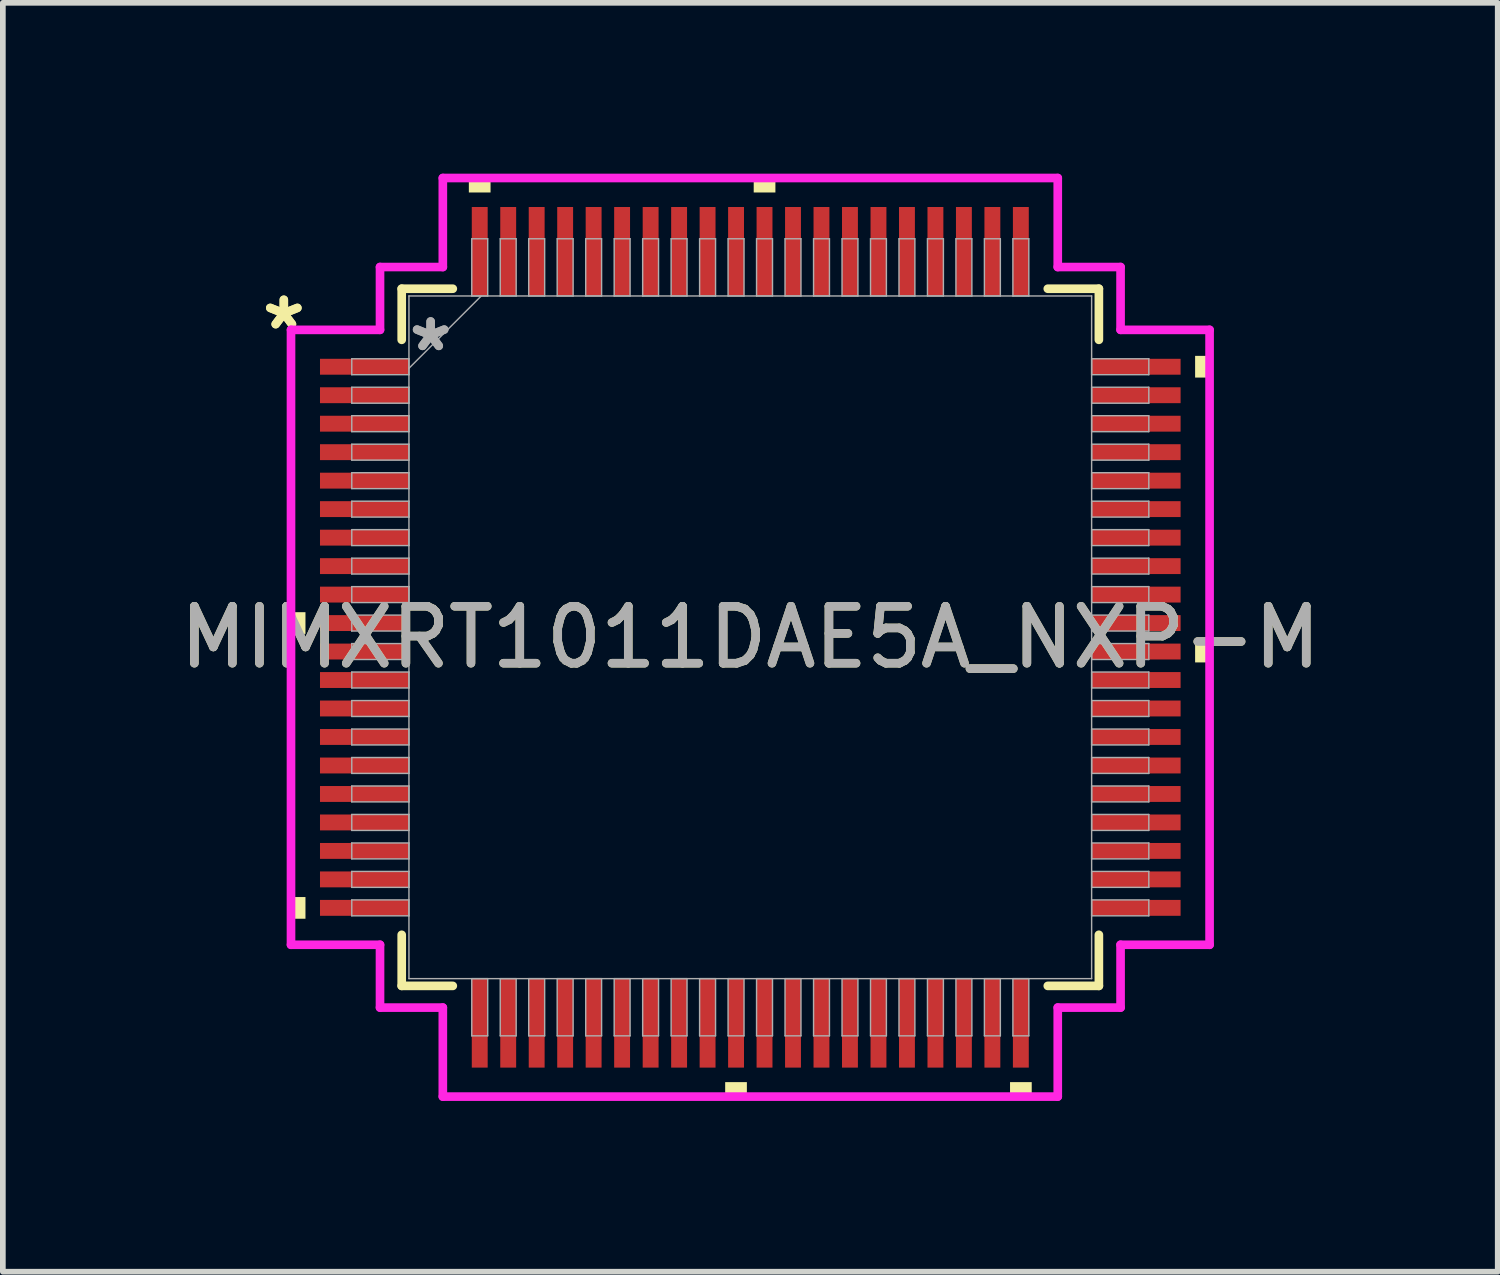
<source format=kicad_pcb>
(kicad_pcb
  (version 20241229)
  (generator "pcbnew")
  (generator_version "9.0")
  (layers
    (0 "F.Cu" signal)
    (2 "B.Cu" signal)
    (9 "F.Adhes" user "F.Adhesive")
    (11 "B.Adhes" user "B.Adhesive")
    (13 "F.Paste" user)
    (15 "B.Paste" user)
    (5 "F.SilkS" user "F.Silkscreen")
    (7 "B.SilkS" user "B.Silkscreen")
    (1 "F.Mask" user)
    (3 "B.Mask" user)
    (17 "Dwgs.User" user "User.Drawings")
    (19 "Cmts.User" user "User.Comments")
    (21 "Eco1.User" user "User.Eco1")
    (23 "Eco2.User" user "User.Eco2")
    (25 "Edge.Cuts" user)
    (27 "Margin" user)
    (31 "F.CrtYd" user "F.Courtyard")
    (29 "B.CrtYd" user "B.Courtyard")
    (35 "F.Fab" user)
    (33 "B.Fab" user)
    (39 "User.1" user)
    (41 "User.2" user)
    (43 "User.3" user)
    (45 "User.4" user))
  (footprint "MIMXRT1011DAE5A_NXP-M"
    (layer "F.Cu")
    (at 10.125 8.141)
    (property "Reference" "MIMXRT1011DAE5A_NXP-M" (at 0 0 0) (unlocked yes) (layer "F.SilkS") (effects (font (size 1 1) (thickness 0.15))))
    (attr smd)
    (fp_line (start -6.121 -6.121) (end -6.121 -5.224) (stroke (width 0.152) (type solid)) (layer "F.SilkS"))
    (fp_line (start -6.121 5.224) (end -6.121 6.121) (stroke (width 0.152) (type solid)) (layer "F.SilkS"))
    (fp_line (start -6.121 6.121) (end -5.224 6.121) (stroke (width 0.152) (type solid)) (layer "F.SilkS"))
    (fp_line (start -5.224 -6.121) (end -6.121 -6.121) (stroke (width 0.152) (type solid)) (layer "F.SilkS"))
    (fp_line (start 5.224 6.121) (end 6.121 6.121) (stroke (width 0.152) (type solid)) (layer "F.SilkS"))
    (fp_line (start 6.121 -6.121) (end 5.224 -6.121) (stroke (width 0.152) (type solid)) (layer "F.SilkS"))
    (fp_line (start 6.121 -5.224) (end 6.121 -6.121) (stroke (width 0.152) (type solid)) (layer "F.SilkS"))
    (fp_line (start 6.121 6.121) (end 6.121 5.224) (stroke (width 0.152) (type solid)) (layer "F.SilkS"))
    (fp_poly (pts (xy -8.065 -0.441) (xy -8.065 -0.06) (xy -7.811 -0.06) (xy -7.811 -0.441)) (stroke (width 0) (type solid)) (fill yes) (layer "F.SilkS"))
    (fp_poly (pts (xy -8.065 4.561) (xy -8.065 4.942) (xy -7.811 4.942) (xy -7.811 4.561)) (stroke (width 0) (type solid)) (fill yes) (layer "F.SilkS"))
    (fp_poly (pts (xy -4.942 -7.811) (xy -4.942 -8.065) (xy -4.561 -8.065) (xy -4.561 -7.811)) (stroke (width 0) (type solid)) (fill yes) (layer "F.SilkS"))
    (fp_poly (pts (xy -0.441 7.811) (xy -0.441 8.065) (xy -0.06 8.065) (xy -0.06 7.811)) (stroke (width 0) (type solid)) (fill yes) (layer "F.SilkS"))
    (fp_poly (pts (xy 0.06 -7.811) (xy 0.06 -8.065) (xy 0.441 -8.065) (xy 0.441 -7.811)) (stroke (width 0) (type solid)) (fill yes) (layer "F.SilkS"))
    (fp_poly (pts (xy 4.561 7.811) (xy 4.561 8.065) (xy 4.942 8.065) (xy 4.942 7.811)) (stroke (width 0) (type solid)) (fill yes) (layer "F.SilkS"))
    (fp_poly (pts (xy 8.065 -4.942) (xy 8.065 -4.561) (xy 7.811 -4.561) (xy 7.811 -4.942)) (stroke (width 0) (type solid)) (fill yes) (layer "F.SilkS"))
    (fp_poly (pts (xy 8.065 0.06) (xy 8.065 0.441) (xy 7.811 0.441) (xy 7.811 0.06)) (stroke (width 0) (type solid)) (fill yes) (layer "F.SilkS"))
    (fp_line (start -8.065 -5.399) (end -6.502 -5.399) (stroke (width 0.152) (type solid)) (layer "F.CrtYd"))
    (fp_line (start -8.065 5.399) (end -8.065 -5.399) (stroke (width 0.152) (type solid)) (layer "F.CrtYd"))
    (fp_line (start -6.502 -6.502) (end -5.399 -6.502) (stroke (width 0.152) (type solid)) (layer "F.CrtYd"))
    (fp_line (start -6.502 -5.399) (end -6.502 -6.502) (stroke (width 0.152) (type solid)) (layer "F.CrtYd"))
    (fp_line (start -6.502 5.399) (end -8.065 5.399) (stroke (width 0.152) (type solid)) (layer "F.CrtYd"))
    (fp_line (start -6.502 6.502) (end -6.502 5.399) (stroke (width 0.152) (type solid)) (layer "F.CrtYd"))
    (fp_line (start -6.502 6.502) (end -5.399 6.502) (stroke (width 0.152) (type solid)) (layer "F.CrtYd"))
    (fp_line (start -5.399 -8.065) (end 5.399 -8.065) (stroke (width 0.152) (type solid)) (layer "F.CrtYd"))
    (fp_line (start -5.399 -6.502) (end -5.399 -8.065) (stroke (width 0.152) (type solid)) (layer "F.CrtYd"))
    (fp_line (start -5.399 6.502) (end -5.399 8.065) (stroke (width 0.152) (type solid)) (layer "F.CrtYd"))
    (fp_line (start -5.399 8.065) (end 5.399 8.065) (stroke (width 0.152) (type solid)) (layer "F.CrtYd"))
    (fp_line (start 5.399 -8.065) (end 5.399 -6.502) (stroke (width 0.152) (type solid)) (layer "F.CrtYd"))
    (fp_line (start 5.399 -6.502) (end 6.502 -6.502) (stroke (width 0.152) (type solid)) (layer "F.CrtYd"))
    (fp_line (start 5.399 6.502) (end 6.502 6.502) (stroke (width 0.152) (type solid)) (layer "F.CrtYd"))
    (fp_line (start 5.399 8.065) (end 5.399 6.502) (stroke (width 0.152) (type solid)) (layer "F.CrtYd"))
    (fp_line (start 6.502 -5.399) (end 6.502 -6.502) (stroke (width 0.152) (type solid)) (layer "F.CrtYd"))
    (fp_line (start 6.502 5.399) (end 8.065 5.399) (stroke (width 0.152) (type solid)) (layer "F.CrtYd"))
    (fp_line (start 6.502 6.502) (end 6.502 5.399) (stroke (width 0.152) (type solid)) (layer "F.CrtYd"))
    (fp_line (start 8.065 -5.399) (end 6.502 -5.399) (stroke (width 0.152) (type solid)) (layer "F.CrtYd"))
    (fp_line (start 8.065 5.399) (end 8.065 -5.399) (stroke (width 0.152) (type solid)) (layer "F.CrtYd"))
    (fp_line (start -6.998 -4.891) (end -6.998 -4.611) (stroke (width 0.025) (type solid)) (layer "F.Fab"))
    (fp_line (start -6.998 -4.611) (end -5.994 -4.611) (stroke (width 0.025) (type solid)) (layer "F.Fab"))
    (fp_line (start -6.998 -4.391) (end -6.998 -4.111) (stroke (width 0.025) (type solid)) (layer "F.Fab"))
    (fp_line (start -6.998 -4.111) (end -5.994 -4.111) (stroke (width 0.025) (type solid)) (layer "F.Fab"))
    (fp_line (start -6.998 -3.891) (end -6.998 -3.611) (stroke (width 0.025) (type solid)) (layer "F.Fab"))
    (fp_line (start -6.998 -3.611) (end -5.994 -3.611) (stroke (width 0.025) (type solid)) (layer "F.Fab"))
    (fp_line (start -6.998 -3.391) (end -6.998 -3.111) (stroke (width 0.025) (type solid)) (layer "F.Fab"))
    (fp_line (start -6.998 -3.111) (end -5.994 -3.111) (stroke (width 0.025) (type solid)) (layer "F.Fab"))
    (fp_line (start -6.998 -2.89) (end -6.998 -2.611) (stroke (width 0.025) (type solid)) (layer "F.Fab"))
    (fp_line (start -6.998 -2.611) (end -5.994 -2.611) (stroke (width 0.025) (type solid)) (layer "F.Fab"))
    (fp_line (start -6.998 -2.39) (end -6.998 -2.111) (stroke (width 0.025) (type solid)) (layer "F.Fab"))
    (fp_line (start -6.998 -2.111) (end -5.994 -2.111) (stroke (width 0.025) (type solid)) (layer "F.Fab"))
    (fp_line (start -6.998 -1.89) (end -6.998 -1.611) (stroke (width 0.025) (type solid)) (layer "F.Fab"))
    (fp_line (start -6.998 -1.611) (end -5.994 -1.611) (stroke (width 0.025) (type solid)) (layer "F.Fab"))
    (fp_line (start -6.998 -1.39) (end -6.998 -1.111) (stroke (width 0.025) (type solid)) (layer "F.Fab"))
    (fp_line (start -6.998 -1.111) (end -5.994 -1.111) (stroke (width 0.025) (type solid)) (layer "F.Fab"))
    (fp_line (start -6.998 -0.89) (end -6.998 -0.61) (stroke (width 0.025) (type solid)) (layer "F.Fab"))
    (fp_line (start -6.998 -0.61) (end -5.994 -0.61) (stroke (width 0.025) (type solid)) (layer "F.Fab"))
    (fp_line (start -6.998 -0.39) (end -6.998 -0.11) (stroke (width 0.025) (type solid)) (layer "F.Fab"))
    (fp_line (start -6.998 -0.11) (end -5.994 -0.11) (stroke (width 0.025) (type solid)) (layer "F.Fab"))
    (fp_line (start -6.998 0.11) (end -6.998 0.39) (stroke (width 0.025) (type solid)) (layer "F.Fab"))
    (fp_line (start -6.998 0.39) (end -5.994 0.39) (stroke (width 0.025) (type solid)) (layer "F.Fab"))
    (fp_line (start -6.998 0.61) (end -6.998 0.89) (stroke (width 0.025) (type solid)) (layer "F.Fab"))
    (fp_line (start -6.998 0.89) (end -5.994 0.89) (stroke (width 0.025) (type solid)) (layer "F.Fab"))
    (fp_line (start -6.998 1.111) (end -6.998 1.39) (stroke (width 0.025) (type solid)) (layer "F.Fab"))
    (fp_line (start -6.998 1.39) (end -5.994 1.39) (stroke (width 0.025) (type solid)) (layer "F.Fab"))
    (fp_line (start -6.998 1.611) (end -6.998 1.89) (stroke (width 0.025) (type solid)) (layer "F.Fab"))
    (fp_line (start -6.998 1.89) (end -5.994 1.89) (stroke (width 0.025) (type solid)) (layer "F.Fab"))
    (fp_line (start -6.998 2.111) (end -6.998 2.39) (stroke (width 0.025) (type solid)) (layer "F.Fab"))
    (fp_line (start -6.998 2.39) (end -5.994 2.39) (stroke (width 0.025) (type solid)) (layer "F.Fab"))
    (fp_line (start -6.998 2.611) (end -6.998 2.89) (stroke (width 0.025) (type solid)) (layer "F.Fab"))
    (fp_line (start -6.998 2.89) (end -5.994 2.89) (stroke (width 0.025) (type solid)) (layer "F.Fab"))
    (fp_line (start -6.998 3.111) (end -6.998 3.391) (stroke (width 0.025) (type solid)) (layer "F.Fab"))
    (fp_line (start -6.998 3.391) (end -5.994 3.391) (stroke (width 0.025) (type solid)) (layer "F.Fab"))
    (fp_line (start -6.998 3.611) (end -6.998 3.891) (stroke (width 0.025) (type solid)) (layer "F.Fab"))
    (fp_line (start -6.998 3.891) (end -5.994 3.891) (stroke (width 0.025) (type solid)) (layer "F.Fab"))
    (fp_line (start -6.998 4.111) (end -6.998 4.391) (stroke (width 0.025) (type solid)) (layer "F.Fab"))
    (fp_line (start -6.998 4.391) (end -5.994 4.391) (stroke (width 0.025) (type solid)) (layer "F.Fab"))
    (fp_line (start -6.998 4.611) (end -6.998 4.891) (stroke (width 0.025) (type solid)) (layer "F.Fab"))
    (fp_line (start -6.998 4.891) (end -5.994 4.891) (stroke (width 0.025) (type solid)) (layer "F.Fab"))
    (fp_line (start -5.994 -5.994) (end -5.994 5.994) (stroke (width 0.025) (type solid)) (layer "F.Fab"))
    (fp_line (start -5.994 -4.891) (end -6.998 -4.891) (stroke (width 0.025) (type solid)) (layer "F.Fab"))
    (fp_line (start -5.994 -4.724) (end -4.724 -5.994) (stroke (width 0.025) (type solid)) (layer "F.Fab"))
    (fp_line (start -5.994 -4.611) (end -5.994 -4.891) (stroke (width 0.025) (type solid)) (layer "F.Fab"))
    (fp_line (start -5.994 -4.391) (end -6.998 -4.391) (stroke (width 0.025) (type solid)) (layer "F.Fab"))
    (fp_line (start -5.994 -4.111) (end -5.994 -4.391) (stroke (width 0.025) (type solid)) (layer "F.Fab"))
    (fp_line (start -5.994 -3.891) (end -6.998 -3.891) (stroke (width 0.025) (type solid)) (layer "F.Fab"))
    (fp_line (start -5.994 -3.611) (end -5.994 -3.891) (stroke (width 0.025) (type solid)) (layer "F.Fab"))
    (fp_line (start -5.994 -3.391) (end -6.998 -3.391) (stroke (width 0.025) (type solid)) (layer "F.Fab"))
    (fp_line (start -5.994 -3.111) (end -5.994 -3.391) (stroke (width 0.025) (type solid)) (layer "F.Fab"))
    (fp_line (start -5.994 -2.89) (end -6.998 -2.89) (stroke (width 0.025) (type solid)) (layer "F.Fab"))
    (fp_line (start -5.994 -2.611) (end -5.994 -2.89) (stroke (width 0.025) (type solid)) (layer "F.Fab"))
    (fp_line (start -5.994 -2.39) (end -6.998 -2.39) (stroke (width 0.025) (type solid)) (layer "F.Fab"))
    (fp_line (start -5.994 -2.111) (end -5.994 -2.39) (stroke (width 0.025) (type solid)) (layer "F.Fab"))
    (fp_line (start -5.994 -1.89) (end -6.998 -1.89) (stroke (width 0.025) (type solid)) (layer "F.Fab"))
    (fp_line (start -5.994 -1.611) (end -5.994 -1.89) (stroke (width 0.025) (type solid)) (layer "F.Fab"))
    (fp_line (start -5.994 -1.39) (end -6.998 -1.39) (stroke (width 0.025) (type solid)) (layer "F.Fab"))
    (fp_line (start -5.994 -1.111) (end -5.994 -1.39) (stroke (width 0.025) (type solid)) (layer "F.Fab"))
    (fp_line (start -5.994 -0.89) (end -6.998 -0.89) (stroke (width 0.025) (type solid)) (layer "F.Fab"))
    (fp_line (start -5.994 -0.61) (end -5.994 -0.89) (stroke (width 0.025) (type solid)) (layer "F.Fab"))
    (fp_line (start -5.994 -0.39) (end -6.998 -0.39) (stroke (width 0.025) (type solid)) (layer "F.Fab"))
    (fp_line (start -5.994 -0.11) (end -5.994 -0.39) (stroke (width 0.025) (type solid)) (layer "F.Fab"))
    (fp_line (start -5.994 0.11) (end -6.998 0.11) (stroke (width 0.025) (type solid)) (layer "F.Fab"))
    (fp_line (start -5.994 0.39) (end -5.994 0.11) (stroke (width 0.025) (type solid)) (layer "F.Fab"))
    (fp_line (start -5.994 0.61) (end -6.998 0.61) (stroke (width 0.025) (type solid)) (layer "F.Fab"))
    (fp_line (start -5.994 0.89) (end -5.994 0.61) (stroke (width 0.025) (type solid)) (layer "F.Fab"))
    (fp_line (start -5.994 1.111) (end -6.998 1.111) (stroke (width 0.025) (type solid)) (layer "F.Fab"))
    (fp_line (start -5.994 1.39) (end -5.994 1.111) (stroke (width 0.025) (type solid)) (layer "F.Fab"))
    (fp_line (start -5.994 1.611) (end -6.998 1.611) (stroke (width 0.025) (type solid)) (layer "F.Fab"))
    (fp_line (start -5.994 1.89) (end -5.994 1.611) (stroke (width 0.025) (type solid)) (layer "F.Fab"))
    (fp_line (start -5.994 2.111) (end -6.998 2.111) (stroke (width 0.025) (type solid)) (layer "F.Fab"))
    (fp_line (start -5.994 2.39) (end -5.994 2.111) (stroke (width 0.025) (type solid)) (layer "F.Fab"))
    (fp_line (start -5.994 2.611) (end -6.998 2.611) (stroke (width 0.025) (type solid)) (layer "F.Fab"))
    (fp_line (start -5.994 2.89) (end -5.994 2.611) (stroke (width 0.025) (type solid)) (layer "F.Fab"))
    (fp_line (start -5.994 3.111) (end -6.998 3.111) (stroke (width 0.025) (type solid)) (layer "F.Fab"))
    (fp_line (start -5.994 3.391) (end -5.994 3.111) (stroke (width 0.025) (type solid)) (layer "F.Fab"))
    (fp_line (start -5.994 3.611) (end -6.998 3.611) (stroke (width 0.025) (type solid)) (layer "F.Fab"))
    (fp_line (start -5.994 3.891) (end -5.994 3.611) (stroke (width 0.025) (type solid)) (layer "F.Fab"))
    (fp_line (start -5.994 4.111) (end -6.998 4.111) (stroke (width 0.025) (type solid)) (layer "F.Fab"))
    (fp_line (start -5.994 4.391) (end -5.994 4.111) (stroke (width 0.025) (type solid)) (layer "F.Fab"))
    (fp_line (start -5.994 4.611) (end -6.998 4.611) (stroke (width 0.025) (type solid)) (layer "F.Fab"))
    (fp_line (start -5.994 4.891) (end -5.994 4.611) (stroke (width 0.025) (type solid)) (layer "F.Fab"))
    (fp_line (start -5.994 5.994) (end 5.994 5.994) (stroke (width 0.025) (type solid)) (layer "F.Fab"))
    (fp_line (start -4.891 -6.998) (end -4.891 -5.994) (stroke (width 0.025) (type solid)) (layer "F.Fab"))
    (fp_line (start -4.891 -5.994) (end -4.611 -5.994) (stroke (width 0.025) (type solid)) (layer "F.Fab"))
    (fp_line (start -4.891 5.994) (end -4.891 6.998) (stroke (width 0.025) (type solid)) (layer "F.Fab"))
    (fp_line (start -4.891 6.998) (end -4.611 6.998) (stroke (width 0.025) (type solid)) (layer "F.Fab"))
    (fp_line (start -4.611 -6.998) (end -4.891 -6.998) (stroke (width 0.025) (type solid)) (layer "F.Fab"))
    (fp_line (start -4.611 -5.994) (end -4.611 -6.998) (stroke (width 0.025) (type solid)) (layer "F.Fab"))
    (fp_line (start -4.611 5.994) (end -4.891 5.994) (stroke (width 0.025) (type solid)) (layer "F.Fab"))
    (fp_line (start -4.611 6.998) (end -4.611 5.994) (stroke (width 0.025) (type solid)) (layer "F.Fab"))
    (fp_line (start -4.391 -6.998) (end -4.391 -5.994) (stroke (width 0.025) (type solid)) (layer "F.Fab"))
    (fp_line (start -4.391 -5.994) (end -4.111 -5.994) (stroke (width 0.025) (type solid)) (layer "F.Fab"))
    (fp_line (start -4.391 5.994) (end -4.391 6.998) (stroke (width 0.025) (type solid)) (layer "F.Fab"))
    (fp_line (start -4.391 6.998) (end -4.111 6.998) (stroke (width 0.025) (type solid)) (layer "F.Fab"))
    (fp_line (start -4.111 -6.998) (end -4.391 -6.998) (stroke (width 0.025) (type solid)) (layer "F.Fab"))
    (fp_line (start -4.111 -5.994) (end -4.111 -6.998) (stroke (width 0.025) (type solid)) (layer "F.Fab"))
    (fp_line (start -4.111 5.994) (end -4.391 5.994) (stroke (width 0.025) (type solid)) (layer "F.Fab"))
    (fp_line (start -4.111 6.998) (end -4.111 5.994) (stroke (width 0.025) (type solid)) (layer "F.Fab"))
    (fp_line (start -3.891 -6.998) (end -3.891 -5.994) (stroke (width 0.025) (type solid)) (layer "F.Fab"))
    (fp_line (start -3.891 -5.994) (end -3.611 -5.994) (stroke (width 0.025) (type solid)) (layer "F.Fab"))
    (fp_line (start -3.891 5.994) (end -3.891 6.998) (stroke (width 0.025) (type solid)) (layer "F.Fab"))
    (fp_line (start -3.891 6.998) (end -3.611 6.998) (stroke (width 0.025) (type solid)) (layer "F.Fab"))
    (fp_line (start -3.611 -6.998) (end -3.891 -6.998) (stroke (width 0.025) (type solid)) (layer "F.Fab"))
    (fp_line (start -3.611 -5.994) (end -3.611 -6.998) (stroke (width 0.025) (type solid)) (layer "F.Fab"))
    (fp_line (start -3.611 5.994) (end -3.891 5.994) (stroke (width 0.025) (type solid)) (layer "F.Fab"))
    (fp_line (start -3.611 6.998) (end -3.611 5.994) (stroke (width 0.025) (type solid)) (layer "F.Fab"))
    (fp_line (start -3.391 -6.998) (end -3.391 -5.994) (stroke (width 0.025) (type solid)) (layer "F.Fab"))
    (fp_line (start -3.391 -5.994) (end -3.111 -5.994) (stroke (width 0.025) (type solid)) (layer "F.Fab"))
    (fp_line (start -3.391 5.994) (end -3.391 6.998) (stroke (width 0.025) (type solid)) (layer "F.Fab"))
    (fp_line (start -3.391 6.998) (end -3.111 6.998) (stroke (width 0.025) (type solid)) (layer "F.Fab"))
    (fp_line (start -3.111 -6.998) (end -3.391 -6.998) (stroke (width 0.025) (type solid)) (layer "F.Fab"))
    (fp_line (start -3.111 -5.994) (end -3.111 -6.998) (stroke (width 0.025) (type solid)) (layer "F.Fab"))
    (fp_line (start -3.111 5.994) (end -3.391 5.994) (stroke (width 0.025) (type solid)) (layer "F.Fab"))
    (fp_line (start -3.111 6.998) (end -3.111 5.994) (stroke (width 0.025) (type solid)) (layer "F.Fab"))
    (fp_line (start -2.89 -6.998) (end -2.89 -5.994) (stroke (width 0.025) (type solid)) (layer "F.Fab"))
    (fp_line (start -2.89 -5.994) (end -2.611 -5.994) (stroke (width 0.025) (type solid)) (layer "F.Fab"))
    (fp_line (start -2.89 5.994) (end -2.89 6.998) (stroke (width 0.025) (type solid)) (layer "F.Fab"))
    (fp_line (start -2.89 6.998) (end -2.611 6.998) (stroke (width 0.025) (type solid)) (layer "F.Fab"))
    (fp_line (start -2.611 -6.998) (end -2.89 -6.998) (stroke (width 0.025) (type solid)) (layer "F.Fab"))
    (fp_line (start -2.611 -5.994) (end -2.611 -6.998) (stroke (width 0.025) (type solid)) (layer "F.Fab"))
    (fp_line (start -2.611 5.994) (end -2.89 5.994) (stroke (width 0.025) (type solid)) (layer "F.Fab"))
    (fp_line (start -2.611 6.998) (end -2.611 5.994) (stroke (width 0.025) (type solid)) (layer "F.Fab"))
    (fp_line (start -2.39 -6.998) (end -2.39 -5.994) (stroke (width 0.025) (type solid)) (layer "F.Fab"))
    (fp_line (start -2.39 -5.994) (end -2.111 -5.994) (stroke (width 0.025) (type solid)) (layer "F.Fab"))
    (fp_line (start -2.39 5.994) (end -2.39 6.998) (stroke (width 0.025) (type solid)) (layer "F.Fab"))
    (fp_line (start -2.39 6.998) (end -2.111 6.998) (stroke (width 0.025) (type solid)) (layer "F.Fab"))
    (fp_line (start -2.111 -6.998) (end -2.39 -6.998) (stroke (width 0.025) (type solid)) (layer "F.Fab"))
    (fp_line (start -2.111 -5.994) (end -2.111 -6.998) (stroke (width 0.025) (type solid)) (layer "F.Fab"))
    (fp_line (start -2.111 5.994) (end -2.39 5.994) (stroke (width 0.025) (type solid)) (layer "F.Fab"))
    (fp_line (start -2.111 6.998) (end -2.111 5.994) (stroke (width 0.025) (type solid)) (layer "F.Fab"))
    (fp_line (start -1.89 -6.998) (end -1.89 -5.994) (stroke (width 0.025) (type solid)) (layer "F.Fab"))
    (fp_line (start -1.89 -5.994) (end -1.611 -5.994) (stroke (width 0.025) (type solid)) (layer "F.Fab"))
    (fp_line (start -1.89 5.994) (end -1.89 6.998) (stroke (width 0.025) (type solid)) (layer "F.Fab"))
    (fp_line (start -1.89 6.998) (end -1.611 6.998) (stroke (width 0.025) (type solid)) (layer "F.Fab"))
    (fp_line (start -1.611 -6.998) (end -1.89 -6.998) (stroke (width 0.025) (type solid)) (layer "F.Fab"))
    (fp_line (start -1.611 -5.994) (end -1.611 -6.998) (stroke (width 0.025) (type solid)) (layer "F.Fab"))
    (fp_line (start -1.611 5.994) (end -1.89 5.994) (stroke (width 0.025) (type solid)) (layer "F.Fab"))
    (fp_line (start -1.611 6.998) (end -1.611 5.994) (stroke (width 0.025) (type solid)) (layer "F.Fab"))
    (fp_line (start -1.39 -6.998) (end -1.39 -5.994) (stroke (width 0.025) (type solid)) (layer "F.Fab"))
    (fp_line (start -1.39 -5.994) (end -1.111 -5.994) (stroke (width 0.025) (type solid)) (layer "F.Fab"))
    (fp_line (start -1.39 5.994) (end -1.39 6.998) (stroke (width 0.025) (type solid)) (layer "F.Fab"))
    (fp_line (start -1.39 6.998) (end -1.111 6.998) (stroke (width 0.025) (type solid)) (layer "F.Fab"))
    (fp_line (start -1.111 -6.998) (end -1.39 -6.998) (stroke (width 0.025) (type solid)) (layer "F.Fab"))
    (fp_line (start -1.111 -5.994) (end -1.111 -6.998) (stroke (width 0.025) (type solid)) (layer "F.Fab"))
    (fp_line (start -1.111 5.994) (end -1.39 5.994) (stroke (width 0.025) (type solid)) (layer "F.Fab"))
    (fp_line (start -1.111 6.998) (end -1.111 5.994) (stroke (width 0.025) (type solid)) (layer "F.Fab"))
    (fp_line (start -0.89 -6.998) (end -0.89 -5.994) (stroke (width 0.025) (type solid)) (layer "F.Fab"))
    (fp_line (start -0.89 -5.994) (end -0.61 -5.994) (stroke (width 0.025) (type solid)) (layer "F.Fab"))
    (fp_line (start -0.89 5.994) (end -0.89 6.998) (stroke (width 0.025) (type solid)) (layer "F.Fab"))
    (fp_line (start -0.89 6.998) (end -0.61 6.998) (stroke (width 0.025) (type solid)) (layer "F.Fab"))
    (fp_line (start -0.61 -6.998) (end -0.89 -6.998) (stroke (width 0.025) (type solid)) (layer "F.Fab"))
    (fp_line (start -0.61 -5.994) (end -0.61 -6.998) (stroke (width 0.025) (type solid)) (layer "F.Fab"))
    (fp_line (start -0.61 5.994) (end -0.89 5.994) (stroke (width 0.025) (type solid)) (layer "F.Fab"))
    (fp_line (start -0.61 6.998) (end -0.61 5.994) (stroke (width 0.025) (type solid)) (layer "F.Fab"))
    (fp_line (start -0.39 -6.998) (end -0.39 -5.994) (stroke (width 0.025) (type solid)) (layer "F.Fab"))
    (fp_line (start -0.39 -5.994) (end -0.11 -5.994) (stroke (width 0.025) (type solid)) (layer "F.Fab"))
    (fp_line (start -0.39 5.994) (end -0.39 6.998) (stroke (width 0.025) (type solid)) (layer "F.Fab"))
    (fp_line (start -0.39 6.998) (end -0.11 6.998) (stroke (width 0.025) (type solid)) (layer "F.Fab"))
    (fp_line (start -0.11 -6.998) (end -0.39 -6.998) (stroke (width 0.025) (type solid)) (layer "F.Fab"))
    (fp_line (start -0.11 -5.994) (end -0.11 -6.998) (stroke (width 0.025) (type solid)) (layer "F.Fab"))
    (fp_line (start -0.11 5.994) (end -0.39 5.994) (stroke (width 0.025) (type solid)) (layer "F.Fab"))
    (fp_line (start -0.11 6.998) (end -0.11 5.994) (stroke (width 0.025) (type solid)) (layer "F.Fab"))
    (fp_line (start 0.11 -6.998) (end 0.11 -5.994) (stroke (width 0.025) (type solid)) (layer "F.Fab"))
    (fp_line (start 0.11 -5.994) (end 0.39 -5.994) (stroke (width 0.025) (type solid)) (layer "F.Fab"))
    (fp_line (start 0.11 5.994) (end 0.11 6.998) (stroke (width 0.025) (type solid)) (layer "F.Fab"))
    (fp_line (start 0.11 6.998) (end 0.39 6.998) (stroke (width 0.025) (type solid)) (layer "F.Fab"))
    (fp_line (start 0.39 -6.998) (end 0.11 -6.998) (stroke (width 0.025) (type solid)) (layer "F.Fab"))
    (fp_line (start 0.39 -5.994) (end 0.39 -6.998) (stroke (width 0.025) (type solid)) (layer "F.Fab"))
    (fp_line (start 0.39 5.994) (end 0.11 5.994) (stroke (width 0.025) (type solid)) (layer "F.Fab"))
    (fp_line (start 0.39 6.998) (end 0.39 5.994) (stroke (width 0.025) (type solid)) (layer "F.Fab"))
    (fp_line (start 0.61 -6.998) (end 0.61 -5.994) (stroke (width 0.025) (type solid)) (layer "F.Fab"))
    (fp_line (start 0.61 -5.994) (end 0.89 -5.994) (stroke (width 0.025) (type solid)) (layer "F.Fab"))
    (fp_line (start 0.61 5.994) (end 0.61 6.998) (stroke (width 0.025) (type solid)) (layer "F.Fab"))
    (fp_line (start 0.61 6.998) (end 0.89 6.998) (stroke (width 0.025) (type solid)) (layer "F.Fab"))
    (fp_line (start 0.89 -6.998) (end 0.61 -6.998) (stroke (width 0.025) (type solid)) (layer "F.Fab"))
    (fp_line (start 0.89 -5.994) (end 0.89 -6.998) (stroke (width 0.025) (type solid)) (layer "F.Fab"))
    (fp_line (start 0.89 5.994) (end 0.61 5.994) (stroke (width 0.025) (type solid)) (layer "F.Fab"))
    (fp_line (start 0.89 6.998) (end 0.89 5.994) (stroke (width 0.025) (type solid)) (layer "F.Fab"))
    (fp_line (start 1.111 -6.998) (end 1.111 -5.994) (stroke (width 0.025) (type solid)) (layer "F.Fab"))
    (fp_line (start 1.111 -5.994) (end 1.39 -5.994) (stroke (width 0.025) (type solid)) (layer "F.Fab"))
    (fp_line (start 1.111 5.994) (end 1.111 6.998) (stroke (width 0.025) (type solid)) (layer "F.Fab"))
    (fp_line (start 1.111 6.998) (end 1.39 6.998) (stroke (width 0.025) (type solid)) (layer "F.Fab"))
    (fp_line (start 1.39 -6.998) (end 1.111 -6.998) (stroke (width 0.025) (type solid)) (layer "F.Fab"))
    (fp_line (start 1.39 -5.994) (end 1.39 -6.998) (stroke (width 0.025) (type solid)) (layer "F.Fab"))
    (fp_line (start 1.39 5.994) (end 1.111 5.994) (stroke (width 0.025) (type solid)) (layer "F.Fab"))
    (fp_line (start 1.39 6.998) (end 1.39 5.994) (stroke (width 0.025) (type solid)) (layer "F.Fab"))
    (fp_line (start 1.611 -6.998) (end 1.611 -5.994) (stroke (width 0.025) (type solid)) (layer "F.Fab"))
    (fp_line (start 1.611 -5.994) (end 1.89 -5.994) (stroke (width 0.025) (type solid)) (layer "F.Fab"))
    (fp_line (start 1.611 5.994) (end 1.611 6.998) (stroke (width 0.025) (type solid)) (layer "F.Fab"))
    (fp_line (start 1.611 6.998) (end 1.89 6.998) (stroke (width 0.025) (type solid)) (layer "F.Fab"))
    (fp_line (start 1.89 -6.998) (end 1.611 -6.998) (stroke (width 0.025) (type solid)) (layer "F.Fab"))
    (fp_line (start 1.89 -5.994) (end 1.89 -6.998) (stroke (width 0.025) (type solid)) (layer "F.Fab"))
    (fp_line (start 1.89 5.994) (end 1.611 5.994) (stroke (width 0.025) (type solid)) (layer "F.Fab"))
    (fp_line (start 1.89 6.998) (end 1.89 5.994) (stroke (width 0.025) (type solid)) (layer "F.Fab"))
    (fp_line (start 2.111 -6.998) (end 2.111 -5.994) (stroke (width 0.025) (type solid)) (layer "F.Fab"))
    (fp_line (start 2.111 -5.994) (end 2.39 -5.994) (stroke (width 0.025) (type solid)) (layer "F.Fab"))
    (fp_line (start 2.111 5.994) (end 2.111 6.998) (stroke (width 0.025) (type solid)) (layer "F.Fab"))
    (fp_line (start 2.111 6.998) (end 2.39 6.998) (stroke (width 0.025) (type solid)) (layer "F.Fab"))
    (fp_line (start 2.39 -6.998) (end 2.111 -6.998) (stroke (width 0.025) (type solid)) (layer "F.Fab"))
    (fp_line (start 2.39 -5.994) (end 2.39 -6.998) (stroke (width 0.025) (type solid)) (layer "F.Fab"))
    (fp_line (start 2.39 5.994) (end 2.111 5.994) (stroke (width 0.025) (type solid)) (layer "F.Fab"))
    (fp_line (start 2.39 6.998) (end 2.39 5.994) (stroke (width 0.025) (type solid)) (layer "F.Fab"))
    (fp_line (start 2.611 -6.998) (end 2.611 -5.994) (stroke (width 0.025) (type solid)) (layer "F.Fab"))
    (fp_line (start 2.611 -5.994) (end 2.89 -5.994) (stroke (width 0.025) (type solid)) (layer "F.Fab"))
    (fp_line (start 2.611 5.994) (end 2.611 6.998) (stroke (width 0.025) (type solid)) (layer "F.Fab"))
    (fp_line (start 2.611 6.998) (end 2.89 6.998) (stroke (width 0.025) (type solid)) (layer "F.Fab"))
    (fp_line (start 2.89 -6.998) (end 2.611 -6.998) (stroke (width 0.025) (type solid)) (layer "F.Fab"))
    (fp_line (start 2.89 -5.994) (end 2.89 -6.998) (stroke (width 0.025) (type solid)) (layer "F.Fab"))
    (fp_line (start 2.89 5.994) (end 2.611 5.994) (stroke (width 0.025) (type solid)) (layer "F.Fab"))
    (fp_line (start 2.89 6.998) (end 2.89 5.994) (stroke (width 0.025) (type solid)) (layer "F.Fab"))
    (fp_line (start 3.111 -6.998) (end 3.111 -5.994) (stroke (width 0.025) (type solid)) (layer "F.Fab"))
    (fp_line (start 3.111 -5.994) (end 3.391 -5.994) (stroke (width 0.025) (type solid)) (layer "F.Fab"))
    (fp_line (start 3.111 5.994) (end 3.111 6.998) (stroke (width 0.025) (type solid)) (layer "F.Fab"))
    (fp_line (start 3.111 6.998) (end 3.391 6.998) (stroke (width 0.025) (type solid)) (layer "F.Fab"))
    (fp_line (start 3.391 -6.998) (end 3.111 -6.998) (stroke (width 0.025) (type solid)) (layer "F.Fab"))
    (fp_line (start 3.391 -5.994) (end 3.391 -6.998) (stroke (width 0.025) (type solid)) (layer "F.Fab"))
    (fp_line (start 3.391 5.994) (end 3.111 5.994) (stroke (width 0.025) (type solid)) (layer "F.Fab"))
    (fp_line (start 3.391 6.998) (end 3.391 5.994) (stroke (width 0.025) (type solid)) (layer "F.Fab"))
    (fp_line (start 3.611 -6.998) (end 3.611 -5.994) (stroke (width 0.025) (type solid)) (layer "F.Fab"))
    (fp_line (start 3.611 -5.994) (end 3.891 -5.994) (stroke (width 0.025) (type solid)) (layer "F.Fab"))
    (fp_line (start 3.611 5.994) (end 3.611 6.998) (stroke (width 0.025) (type solid)) (layer "F.Fab"))
    (fp_line (start 3.611 6.998) (end 3.891 6.998) (stroke (width 0.025) (type solid)) (layer "F.Fab"))
    (fp_line (start 3.891 -6.998) (end 3.611 -6.998) (stroke (width 0.025) (type solid)) (layer "F.Fab"))
    (fp_line (start 3.891 -5.994) (end 3.891 -6.998) (stroke (width 0.025) (type solid)) (layer "F.Fab"))
    (fp_line (start 3.891 5.994) (end 3.611 5.994) (stroke (width 0.025) (type solid)) (layer "F.Fab"))
    (fp_line (start 3.891 6.998) (end 3.891 5.994) (stroke (width 0.025) (type solid)) (layer "F.Fab"))
    (fp_line (start 4.111 -6.998) (end 4.111 -5.994) (stroke (width 0.025) (type solid)) (layer "F.Fab"))
    (fp_line (start 4.111 -5.994) (end 4.391 -5.994) (stroke (width 0.025) (type solid)) (layer "F.Fab"))
    (fp_line (start 4.111 5.994) (end 4.111 6.998) (stroke (width 0.025) (type solid)) (layer "F.Fab"))
    (fp_line (start 4.111 6.998) (end 4.391 6.998) (stroke (width 0.025) (type solid)) (layer "F.Fab"))
    (fp_line (start 4.391 -6.998) (end 4.111 -6.998) (stroke (width 0.025) (type solid)) (layer "F.Fab"))
    (fp_line (start 4.391 -5.994) (end 4.391 -6.998) (stroke (width 0.025) (type solid)) (layer "F.Fab"))
    (fp_line (start 4.391 5.994) (end 4.111 5.994) (stroke (width 0.025) (type solid)) (layer "F.Fab"))
    (fp_line (start 4.391 6.998) (end 4.391 5.994) (stroke (width 0.025) (type solid)) (layer "F.Fab"))
    (fp_line (start 4.611 -6.998) (end 4.611 -5.994) (stroke (width 0.025) (type solid)) (layer "F.Fab"))
    (fp_line (start 4.611 -5.994) (end 4.891 -5.994) (stroke (width 0.025) (type solid)) (layer "F.Fab"))
    (fp_line (start 4.611 5.994) (end 4.611 6.998) (stroke (width 0.025) (type solid)) (layer "F.Fab"))
    (fp_line (start 4.611 6.998) (end 4.891 6.998) (stroke (width 0.025) (type solid)) (layer "F.Fab"))
    (fp_line (start 4.891 -6.998) (end 4.611 -6.998) (stroke (width 0.025) (type solid)) (layer "F.Fab"))
    (fp_line (start 4.891 -5.994) (end 4.891 -6.998) (stroke (width 0.025) (type solid)) (layer "F.Fab"))
    (fp_line (start 4.891 5.994) (end 4.611 5.994) (stroke (width 0.025) (type solid)) (layer "F.Fab"))
    (fp_line (start 4.891 6.998) (end 4.891 5.994) (stroke (width 0.025) (type solid)) (layer "F.Fab"))
    (fp_line (start 5.994 -5.994) (end -5.994 -5.994) (stroke (width 0.025) (type solid)) (layer "F.Fab"))
    (fp_line (start 5.994 -4.891) (end 5.994 -4.611) (stroke (width 0.025) (type solid)) (layer "F.Fab"))
    (fp_line (start 5.994 -4.611) (end 6.998 -4.611) (stroke (width 0.025) (type solid)) (layer "F.Fab"))
    (fp_line (start 5.994 -4.391) (end 5.994 -4.111) (stroke (width 0.025) (type solid)) (layer "F.Fab"))
    (fp_line (start 5.994 -4.111) (end 6.998 -4.111) (stroke (width 0.025) (type solid)) (layer "F.Fab"))
    (fp_line (start 5.994 -3.891) (end 5.994 -3.611) (stroke (width 0.025) (type solid)) (layer "F.Fab"))
    (fp_line (start 5.994 -3.611) (end 6.998 -3.611) (stroke (width 0.025) (type solid)) (layer "F.Fab"))
    (fp_line (start 5.994 -3.391) (end 5.994 -3.111) (stroke (width 0.025) (type solid)) (layer "F.Fab"))
    (fp_line (start 5.994 -3.111) (end 6.998 -3.111) (stroke (width 0.025) (type solid)) (layer "F.Fab"))
    (fp_line (start 5.994 -2.89) (end 5.994 -2.611) (stroke (width 0.025) (type solid)) (layer "F.Fab"))
    (fp_line (start 5.994 -2.611) (end 6.998 -2.611) (stroke (width 0.025) (type solid)) (layer "F.Fab"))
    (fp_line (start 5.994 -2.39) (end 5.994 -2.111) (stroke (width 0.025) (type solid)) (layer "F.Fab"))
    (fp_line (start 5.994 -2.111) (end 6.998 -2.111) (stroke (width 0.025) (type solid)) (layer "F.Fab"))
    (fp_line (start 5.994 -1.89) (end 5.994 -1.611) (stroke (width 0.025) (type solid)) (layer "F.Fab"))
    (fp_line (start 5.994 -1.611) (end 6.998 -1.611) (stroke (width 0.025) (type solid)) (layer "F.Fab"))
    (fp_line (start 5.994 -1.39) (end 5.994 -1.111) (stroke (width 0.025) (type solid)) (layer "F.Fab"))
    (fp_line (start 5.994 -1.111) (end 6.998 -1.111) (stroke (width 0.025) (type solid)) (layer "F.Fab"))
    (fp_line (start 5.994 -0.89) (end 5.994 -0.61) (stroke (width 0.025) (type solid)) (layer "F.Fab"))
    (fp_line (start 5.994 -0.61) (end 6.998 -0.61) (stroke (width 0.025) (type solid)) (layer "F.Fab"))
    (fp_line (start 5.994 -0.39) (end 5.994 -0.11) (stroke (width 0.025) (type solid)) (layer "F.Fab"))
    (fp_line (start 5.994 -0.11) (end 6.998 -0.11) (stroke (width 0.025) (type solid)) (layer "F.Fab"))
    (fp_line (start 5.994 0.11) (end 5.994 0.39) (stroke (width 0.025) (type solid)) (layer "F.Fab"))
    (fp_line (start 5.994 0.39) (end 6.998 0.39) (stroke (width 0.025) (type solid)) (layer "F.Fab"))
    (fp_line (start 5.994 0.61) (end 5.994 0.89) (stroke (width 0.025) (type solid)) (layer "F.Fab"))
    (fp_line (start 5.994 0.89) (end 6.998 0.89) (stroke (width 0.025) (type solid)) (layer "F.Fab"))
    (fp_line (start 5.994 1.111) (end 5.994 1.39) (stroke (width 0.025) (type solid)) (layer "F.Fab"))
    (fp_line (start 5.994 1.39) (end 6.998 1.39) (stroke (width 0.025) (type solid)) (layer "F.Fab"))
    (fp_line (start 5.994 1.611) (end 5.994 1.89) (stroke (width 0.025) (type solid)) (layer "F.Fab"))
    (fp_line (start 5.994 1.89) (end 6.998 1.89) (stroke (width 0.025) (type solid)) (layer "F.Fab"))
    (fp_line (start 5.994 2.111) (end 5.994 2.39) (stroke (width 0.025) (type solid)) (layer "F.Fab"))
    (fp_line (start 5.994 2.39) (end 6.998 2.39) (stroke (width 0.025) (type solid)) (layer "F.Fab"))
    (fp_line (start 5.994 2.611) (end 5.994 2.89) (stroke (width 0.025) (type solid)) (layer "F.Fab"))
    (fp_line (start 5.994 2.89) (end 6.998 2.89) (stroke (width 0.025) (type solid)) (layer "F.Fab"))
    (fp_line (start 5.994 3.111) (end 5.994 3.391) (stroke (width 0.025) (type solid)) (layer "F.Fab"))
    (fp_line (start 5.994 3.391) (end 6.998 3.391) (stroke (width 0.025) (type solid)) (layer "F.Fab"))
    (fp_line (start 5.994 3.611) (end 5.994 3.891) (stroke (width 0.025) (type solid)) (layer "F.Fab"))
    (fp_line (start 5.994 3.891) (end 6.998 3.891) (stroke (width 0.025) (type solid)) (layer "F.Fab"))
    (fp_line (start 5.994 4.111) (end 5.994 4.391) (stroke (width 0.025) (type solid)) (layer "F.Fab"))
    (fp_line (start 5.994 4.391) (end 6.998 4.391) (stroke (width 0.025) (type solid)) (layer "F.Fab"))
    (fp_line (start 5.994 4.611) (end 5.994 4.891) (stroke (width 0.025) (type solid)) (layer "F.Fab"))
    (fp_line (start 5.994 4.891) (end 6.998 4.891) (stroke (width 0.025) (type solid)) (layer "F.Fab"))
    (fp_line (start 5.994 5.994) (end 5.994 -5.994) (stroke (width 0.025) (type solid)) (layer "F.Fab"))
    (fp_line (start 6.998 -4.891) (end 5.994 -4.891) (stroke (width 0.025) (type solid)) (layer "F.Fab"))
    (fp_line (start 6.998 -4.611) (end 6.998 -4.891) (stroke (width 0.025) (type solid)) (layer "F.Fab"))
    (fp_line (start 6.998 -4.391) (end 5.994 -4.391) (stroke (width 0.025) (type solid)) (layer "F.Fab"))
    (fp_line (start 6.998 -4.111) (end 6.998 -4.391) (stroke (width 0.025) (type solid)) (layer "F.Fab"))
    (fp_line (start 6.998 -3.891) (end 5.994 -3.891) (stroke (width 0.025) (type solid)) (layer "F.Fab"))
    (fp_line (start 6.998 -3.611) (end 6.998 -3.891) (stroke (width 0.025) (type solid)) (layer "F.Fab"))
    (fp_line (start 6.998 -3.391) (end 5.994 -3.391) (stroke (width 0.025) (type solid)) (layer "F.Fab"))
    (fp_line (start 6.998 -3.111) (end 6.998 -3.391) (stroke (width 0.025) (type solid)) (layer "F.Fab"))
    (fp_line (start 6.998 -2.89) (end 5.994 -2.89) (stroke (width 0.025) (type solid)) (layer "F.Fab"))
    (fp_line (start 6.998 -2.611) (end 6.998 -2.89) (stroke (width 0.025) (type solid)) (layer "F.Fab"))
    (fp_line (start 6.998 -2.39) (end 5.994 -2.39) (stroke (width 0.025) (type solid)) (layer "F.Fab"))
    (fp_line (start 6.998 -2.111) (end 6.998 -2.39) (stroke (width 0.025) (type solid)) (layer "F.Fab"))
    (fp_line (start 6.998 -1.89) (end 5.994 -1.89) (stroke (width 0.025) (type solid)) (layer "F.Fab"))
    (fp_line (start 6.998 -1.611) (end 6.998 -1.89) (stroke (width 0.025) (type solid)) (layer "F.Fab"))
    (fp_line (start 6.998 -1.39) (end 5.994 -1.39) (stroke (width 0.025) (type solid)) (layer "F.Fab"))
    (fp_line (start 6.998 -1.111) (end 6.998 -1.39) (stroke (width 0.025) (type solid)) (layer "F.Fab"))
    (fp_line (start 6.998 -0.89) (end 5.994 -0.89) (stroke (width 0.025) (type solid)) (layer "F.Fab"))
    (fp_line (start 6.998 -0.61) (end 6.998 -0.89) (stroke (width 0.025) (type solid)) (layer "F.Fab"))
    (fp_line (start 6.998 -0.39) (end 5.994 -0.39) (stroke (width 0.025) (type solid)) (layer "F.Fab"))
    (fp_line (start 6.998 -0.11) (end 6.998 -0.39) (stroke (width 0.025) (type solid)) (layer "F.Fab"))
    (fp_line (start 6.998 0.11) (end 5.994 0.11) (stroke (width 0.025) (type solid)) (layer "F.Fab"))
    (fp_line (start 6.998 0.39) (end 6.998 0.11) (stroke (width 0.025) (type solid)) (layer "F.Fab"))
    (fp_line (start 6.998 0.61) (end 5.994 0.61) (stroke (width 0.025) (type solid)) (layer "F.Fab"))
    (fp_line (start 6.998 0.89) (end 6.998 0.61) (stroke (width 0.025) (type solid)) (layer "F.Fab"))
    (fp_line (start 6.998 1.111) (end 5.994 1.111) (stroke (width 0.025) (type solid)) (layer "F.Fab"))
    (fp_line (start 6.998 1.39) (end 6.998 1.111) (stroke (width 0.025) (type solid)) (layer "F.Fab"))
    (fp_line (start 6.998 1.611) (end 5.994 1.611) (stroke (width 0.025) (type solid)) (layer "F.Fab"))
    (fp_line (start 6.998 1.89) (end 6.998 1.611) (stroke (width 0.025) (type solid)) (layer "F.Fab"))
    (fp_line (start 6.998 2.111) (end 5.994 2.111) (stroke (width 0.025) (type solid)) (layer "F.Fab"))
    (fp_line (start 6.998 2.39) (end 6.998 2.111) (stroke (width 0.025) (type solid)) (layer "F.Fab"))
    (fp_line (start 6.998 2.611) (end 5.994 2.611) (stroke (width 0.025) (type solid)) (layer "F.Fab"))
    (fp_line (start 6.998 2.89) (end 6.998 2.611) (stroke (width 0.025) (type solid)) (layer "F.Fab"))
    (fp_line (start 6.998 3.111) (end 5.994 3.111) (stroke (width 0.025) (type solid)) (layer "F.Fab"))
    (fp_line (start 6.998 3.391) (end 6.998 3.111) (stroke (width 0.025) (type solid)) (layer "F.Fab"))
    (fp_line (start 6.998 3.611) (end 5.994 3.611) (stroke (width 0.025) (type solid)) (layer "F.Fab"))
    (fp_line (start 6.998 3.891) (end 6.998 3.611) (stroke (width 0.025) (type solid)) (layer "F.Fab"))
    (fp_line (start 6.998 4.111) (end 5.994 4.111) (stroke (width 0.025) (type solid)) (layer "F.Fab"))
    (fp_line (start 6.998 4.391) (end 6.998 4.111) (stroke (width 0.025) (type solid)) (layer "F.Fab"))
    (fp_line (start 6.998 4.611) (end 5.994 4.611) (stroke (width 0.025) (type solid)) (layer "F.Fab"))
    (fp_line (start 6.998 4.891) (end 6.998 4.611) (stroke (width 0.025) (type solid)) (layer "F.Fab"))
    (fp_text user "*" (at -8.191 -5.382 0) (unlocked yes) (layer "F.SilkS") (effects (font (size 1 1) (thickness 0.15))))
    (fp_text user "*" (at -8.191 -5.382 0) (layer "F.SilkS") (effects (font (size 1 1) (thickness 0.15))))
    (fp_text user "*" (at -5.613 -5.001 0) (unlocked yes) (layer "F.Fab") (effects (font (size 1 1) (thickness 0.15))))
    (fp_text user "${REFERENCE}" (at 0 0 0) (unlocked yes) (layer "F.Fab") (effects (font (size 1 1) (thickness 0.15))))
    (fp_text user "*" (at -5.613 -5.001 0) (layer "F.Fab") (effects (font (size 1 1) (thickness 0.15))))
    (pad "1" smd rect (at -6.775 -4.751 90) (size 0.279 1.562) (layers "F.Cu" "F.Mask" "F.Paste"))
    (pad "2" smd rect (at -6.775 -4.251 90) (size 0.279 1.562) (layers "F.Cu" "F.Mask" "F.Paste"))
    (pad "3" smd rect (at -6.775 -3.751 90) (size 0.279 1.562) (layers "F.Cu" "F.Mask" "F.Paste"))
    (pad "4" smd rect (at -6.775 -3.251 90) (size 0.279 1.562) (layers "F.Cu" "F.Mask" "F.Paste"))
    (pad "5" smd rect (at -6.775 -2.751 90) (size 0.279 1.562) (layers "F.Cu" "F.Mask" "F.Paste"))
    (pad "6" smd rect (at -6.775 -2.251 90) (size 0.279 1.562) (layers "F.Cu" "F.Mask" "F.Paste"))
    (pad "7" smd rect (at -6.775 -1.75 90) (size 0.279 1.562) (layers "F.Cu" "F.Mask" "F.Paste"))
    (pad "8" smd rect (at -6.775 -1.25 90) (size 0.279 1.562) (layers "F.Cu" "F.Mask" "F.Paste"))
    (pad "9" smd rect (at -6.775 -0.75 90) (size 0.279 1.562) (layers "F.Cu" "F.Mask" "F.Paste"))
    (pad "10" smd rect (at -6.775 -0.25 90) (size 0.279 1.562) (layers "F.Cu" "F.Mask" "F.Paste"))
    (pad "11" smd rect (at -6.775 0.25 90) (size 0.279 1.562) (layers "F.Cu" "F.Mask" "F.Paste"))
    (pad "12" smd rect (at -6.775 0.75 90) (size 0.279 1.562) (layers "F.Cu" "F.Mask" "F.Paste"))
    (pad "13" smd rect (at -6.775 1.25 90) (size 0.279 1.562) (layers "F.Cu" "F.Mask" "F.Paste"))
    (pad "14" smd rect (at -6.775 1.75 90) (size 0.279 1.562) (layers "F.Cu" "F.Mask" "F.Paste"))
    (pad "15" smd rect (at -6.775 2.251 90) (size 0.279 1.562) (layers "F.Cu" "F.Mask" "F.Paste"))
    (pad "16" smd rect (at -6.775 2.751 90) (size 0.279 1.562) (layers "F.Cu" "F.Mask" "F.Paste"))
    (pad "17" smd rect (at -6.775 3.251 90) (size 0.279 1.562) (layers "F.Cu" "F.Mask" "F.Paste"))
    (pad "18" smd rect (at -6.775 3.751 90) (size 0.279 1.562) (layers "F.Cu" "F.Mask" "F.Paste"))
    (pad "19" smd rect (at -6.775 4.251 90) (size 0.279 1.562) (layers "F.Cu" "F.Mask" "F.Paste"))
    (pad "20" smd rect (at -6.775 4.751 90) (size 0.279 1.562) (layers "F.Cu" "F.Mask" "F.Paste"))
    (pad "21" smd rect (at -4.751 6.775) (size 0.279 1.562) (layers "F.Cu" "F.Mask" "F.Paste"))
    (pad "22" smd rect (at -4.251 6.775) (size 0.279 1.562) (layers "F.Cu" "F.Mask" "F.Paste"))
    (pad "23" smd rect (at -3.751 6.775) (size 0.279 1.562) (layers "F.Cu" "F.Mask" "F.Paste"))
    (pad "24" smd rect (at -3.251 6.775) (size 0.279 1.562) (layers "F.Cu" "F.Mask" "F.Paste"))
    (pad "25" smd rect (at -2.751 6.775) (size 0.279 1.562) (layers "F.Cu" "F.Mask" "F.Paste"))
    (pad "26" smd rect (at -2.251 6.775) (size 0.279 1.562) (layers "F.Cu" "F.Mask" "F.Paste"))
    (pad "27" smd rect (at -1.75 6.775) (size 0.279 1.562) (layers "F.Cu" "F.Mask" "F.Paste"))
    (pad "28" smd rect (at -1.25 6.775) (size 0.279 1.562) (layers "F.Cu" "F.Mask" "F.Paste"))
    (pad "29" smd rect (at -0.75 6.775) (size 0.279 1.562) (layers "F.Cu" "F.Mask" "F.Paste"))
    (pad "30" smd rect (at -0.25 6.775) (size 0.279 1.562) (layers "F.Cu" "F.Mask" "F.Paste"))
    (pad "31" smd rect (at 0.25 6.775) (size 0.279 1.562) (layers "F.Cu" "F.Mask" "F.Paste"))
    (pad "32" smd rect (at 0.75 6.775) (size 0.279 1.562) (layers "F.Cu" "F.Mask" "F.Paste"))
    (pad "33" smd rect (at 1.25 6.775) (size 0.279 1.562) (layers "F.Cu" "F.Mask" "F.Paste"))
    (pad "34" smd rect (at 1.75 6.775) (size 0.279 1.562) (layers "F.Cu" "F.Mask" "F.Paste"))
    (pad "35" smd rect (at 2.251 6.775) (size 0.279 1.562) (layers "F.Cu" "F.Mask" "F.Paste"))
    (pad "36" smd rect (at 2.751 6.775) (size 0.279 1.562) (layers "F.Cu" "F.Mask" "F.Paste"))
    (pad "37" smd rect (at 3.251 6.775) (size 0.279 1.562) (layers "F.Cu" "F.Mask" "F.Paste"))
    (pad "38" smd rect (at 3.751 6.775) (size 0.279 1.562) (layers "F.Cu" "F.Mask" "F.Paste"))
    (pad "39" smd rect (at 4.251 6.775) (size 0.279 1.562) (layers "F.Cu" "F.Mask" "F.Paste"))
    (pad "40" smd rect (at 4.751 6.775) (size 0.279 1.562) (layers "F.Cu" "F.Mask" "F.Paste"))
    (pad "41" smd rect (at 6.775 4.751 90) (size 0.279 1.562) (layers "F.Cu" "F.Mask" "F.Paste"))
    (pad "42" smd rect (at 6.775 4.251 90) (size 0.279 1.562) (layers "F.Cu" "F.Mask" "F.Paste"))
    (pad "43" smd rect (at 6.775 3.751 90) (size 0.279 1.562) (layers "F.Cu" "F.Mask" "F.Paste"))
    (pad "44" smd rect (at 6.775 3.251 90) (size 0.279 1.562) (layers "F.Cu" "F.Mask" "F.Paste"))
    (pad "45" smd rect (at 6.775 2.751 90) (size 0.279 1.562) (layers "F.Cu" "F.Mask" "F.Paste"))
    (pad "46" smd rect (at 6.775 2.251 90) (size 0.279 1.562) (layers "F.Cu" "F.Mask" "F.Paste"))
    (pad "47" smd rect (at 6.775 1.75 90) (size 0.279 1.562) (layers "F.Cu" "F.Mask" "F.Paste"))
    (pad "48" smd rect (at 6.775 1.25 90) (size 0.279 1.562) (layers "F.Cu" "F.Mask" "F.Paste"))
    (pad "49" smd rect (at 6.775 0.75 90) (size 0.279 1.562) (layers "F.Cu" "F.Mask" "F.Paste"))
    (pad "50" smd rect (at 6.775 0.25 90) (size 0.279 1.562) (layers "F.Cu" "F.Mask" "F.Paste"))
    (pad "51" smd rect (at 6.775 -0.25 90) (size 0.279 1.562) (layers "F.Cu" "F.Mask" "F.Paste"))
    (pad "52" smd rect (at 6.775 -0.75 90) (size 0.279 1.562) (layers "F.Cu" "F.Mask" "F.Paste"))
    (pad "53" smd rect (at 6.775 -1.25 90) (size 0.279 1.562) (layers "F.Cu" "F.Mask" "F.Paste"))
    (pad "54" smd rect (at 6.775 -1.75 90) (size 0.279 1.562) (layers "F.Cu" "F.Mask" "F.Paste"))
    (pad "55" smd rect (at 6.775 -2.251 90) (size 0.279 1.562) (layers "F.Cu" "F.Mask" "F.Paste"))
    (pad "56" smd rect (at 6.775 -2.751 90) (size 0.279 1.562) (layers "F.Cu" "F.Mask" "F.Paste"))
    (pad "57" smd rect (at 6.775 -3.251 90) (size 0.279 1.562) (layers "F.Cu" "F.Mask" "F.Paste"))
    (pad "58" smd rect (at 6.775 -3.751 90) (size 0.279 1.562) (layers "F.Cu" "F.Mask" "F.Paste"))
    (pad "59" smd rect (at 6.775 -4.251 90) (size 0.279 1.562) (layers "F.Cu" "F.Mask" "F.Paste"))
    (pad "60" smd rect (at 6.775 -4.751 90) (size 0.279 1.562) (layers "F.Cu" "F.Mask" "F.Paste"))
    (pad "61" smd rect (at 4.751 -6.775) (size 0.279 1.562) (layers "F.Cu" "F.Mask" "F.Paste"))
    (pad "62" smd rect (at 4.251 -6.775) (size 0.279 1.562) (layers "F.Cu" "F.Mask" "F.Paste"))
    (pad "63" smd rect (at 3.751 -6.775) (size 0.279 1.562) (layers "F.Cu" "F.Mask" "F.Paste"))
    (pad "64" smd rect (at 3.251 -6.775) (size 0.279 1.562) (layers "F.Cu" "F.Mask" "F.Paste"))
    (pad "65" smd rect (at 2.751 -6.775) (size 0.279 1.562) (layers "F.Cu" "F.Mask" "F.Paste"))
    (pad "66" smd rect (at 2.251 -6.775) (size 0.279 1.562) (layers "F.Cu" "F.Mask" "F.Paste"))
    (pad "67" smd rect (at 1.75 -6.775) (size 0.279 1.562) (layers "F.Cu" "F.Mask" "F.Paste"))
    (pad "68" smd rect (at 1.25 -6.775) (size 0.279 1.562) (layers "F.Cu" "F.Mask" "F.Paste"))
    (pad "69" smd rect (at 0.75 -6.775) (size 0.279 1.562) (layers "F.Cu" "F.Mask" "F.Paste"))
    (pad "70" smd rect (at 0.25 -6.775) (size 0.279 1.562) (layers "F.Cu" "F.Mask" "F.Paste"))
    (pad "71" smd rect (at -0.25 -6.775) (size 0.279 1.562) (layers "F.Cu" "F.Mask" "F.Paste"))
    (pad "72" smd rect (at -0.75 -6.775) (size 0.279 1.562) (layers "F.Cu" "F.Mask" "F.Paste"))
    (pad "73" smd rect (at -1.25 -6.775) (size 0.279 1.562) (layers "F.Cu" "F.Mask" "F.Paste"))
    (pad "74" smd rect (at -1.75 -6.775) (size 0.279 1.562) (layers "F.Cu" "F.Mask" "F.Paste"))
    (pad "75" smd rect (at -2.251 -6.775) (size 0.279 1.562) (layers "F.Cu" "F.Mask" "F.Paste"))
    (pad "76" smd rect (at -2.751 -6.775) (size 0.279 1.562) (layers "F.Cu" "F.Mask" "F.Paste"))
    (pad "77" smd rect (at -3.251 -6.775) (size 0.279 1.562) (layers "F.Cu" "F.Mask" "F.Paste"))
    (pad "78" smd rect (at -3.751 -6.775) (size 0.279 1.562) (layers "F.Cu" "F.Mask" "F.Paste"))
    (pad "79" smd rect (at -4.251 -6.775) (size 0.279 1.562) (layers "F.Cu" "F.Mask" "F.Paste"))
    (pad "80" smd rect (at -4.751 -6.775) (size 0.279 1.562) (layers "F.Cu" "F.Mask" "F.Paste")))
  (gr_rect
    (start -3 -3)
    (end 23.25 19.281)
    (stroke (width 0.1) (type default))
    (fill no)
    (layer "Edge.Cuts")))
</source>
